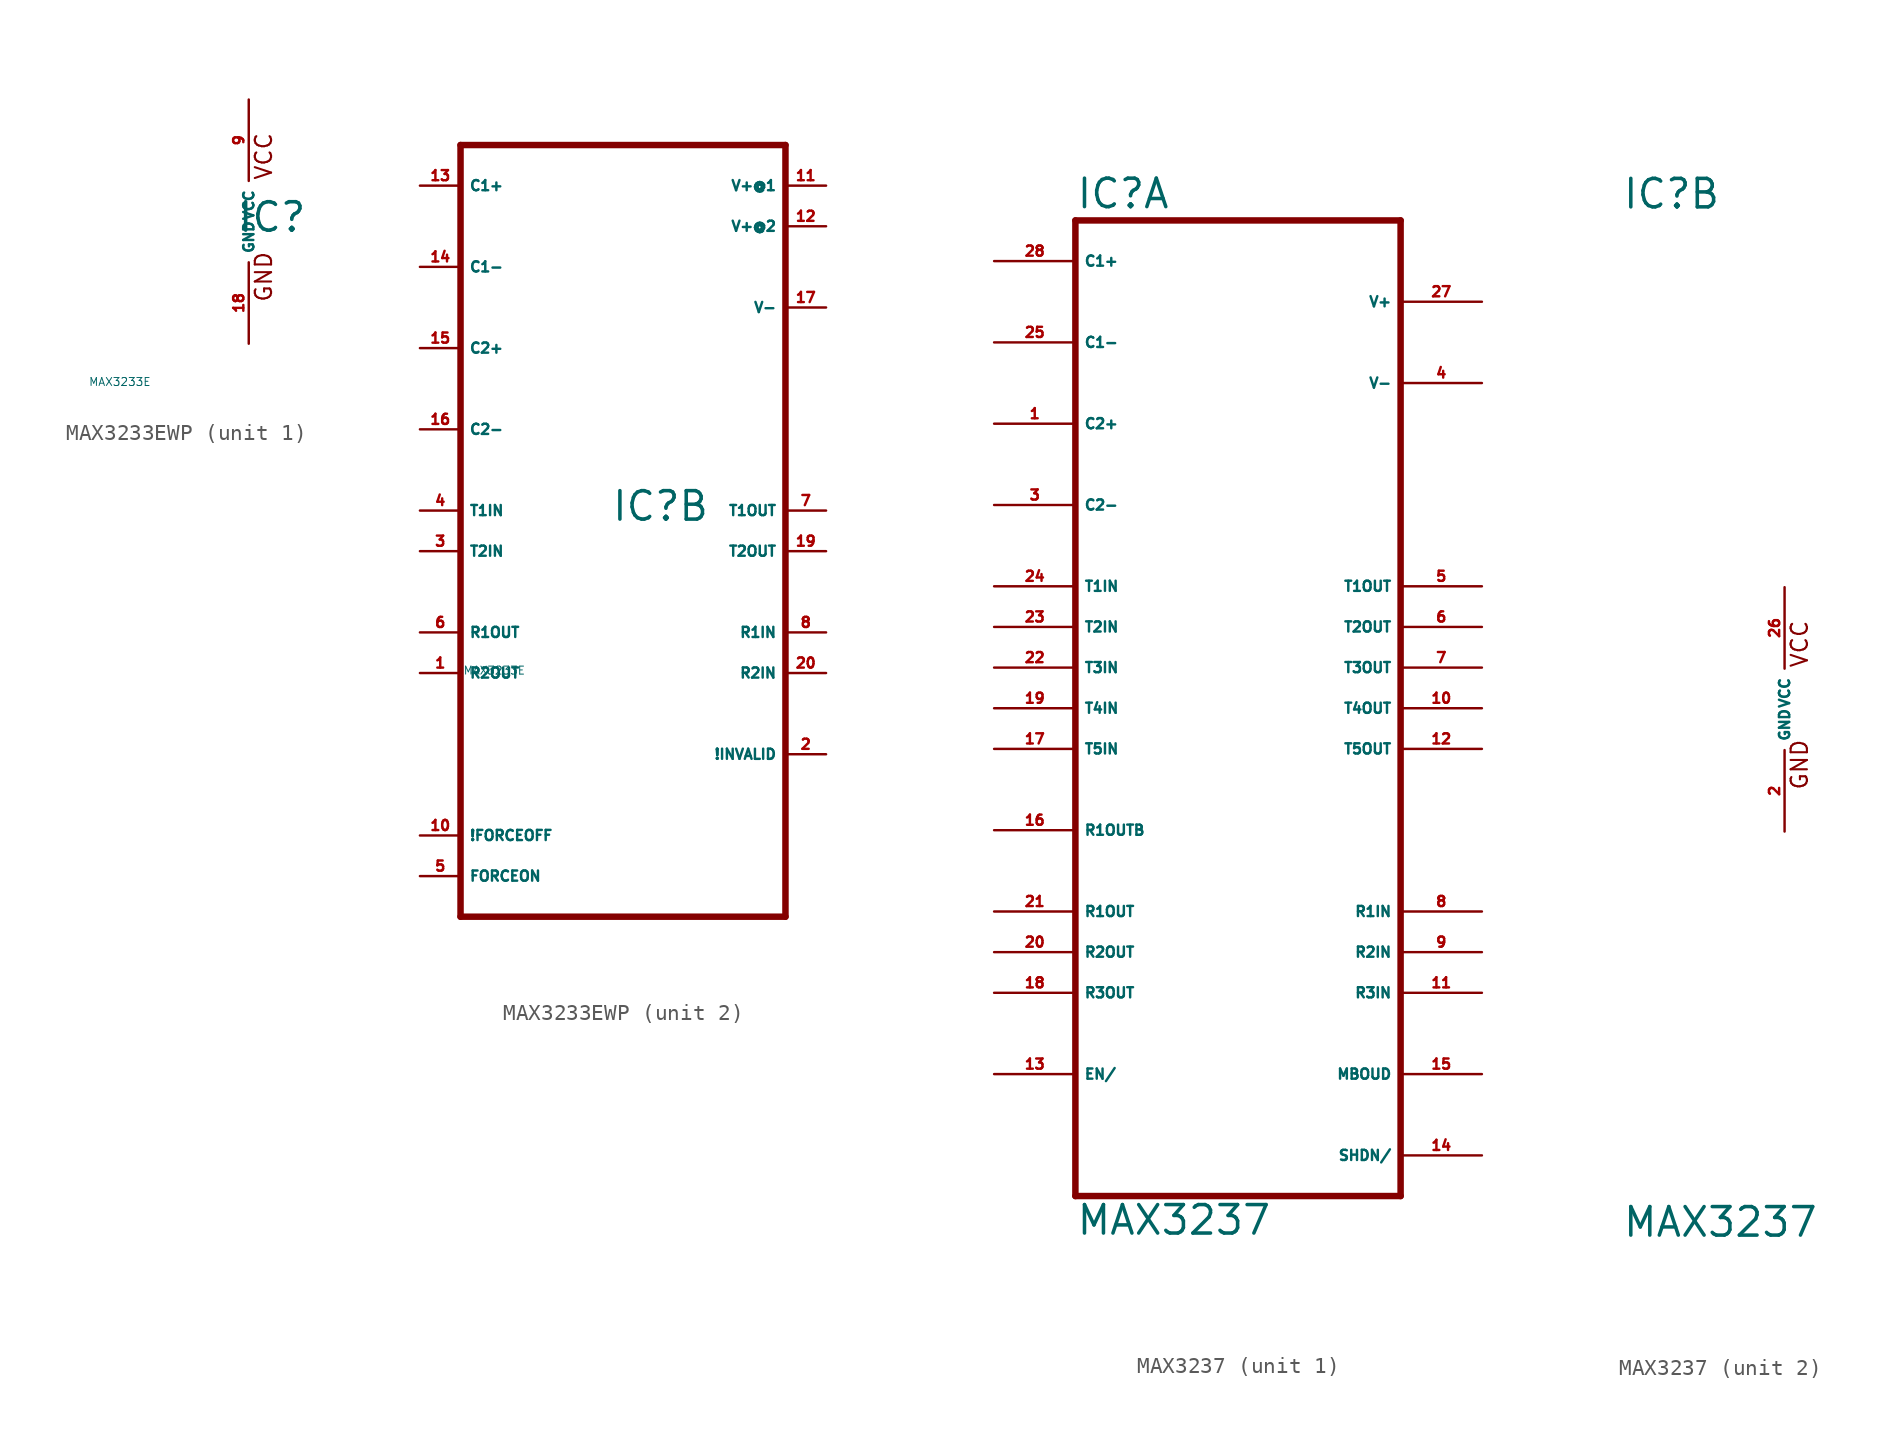
<source format=kicad_sym>
(kicad_symbol_lib
  (version 20220914)
  (generator Eagle2Kicad)
  (symbol "MAX3233EWP"
    (property "Reference" "IC"
      (at -0.762 -0.762 0)
      (effects (font (size 1.778 1.778) (thickness 0.22)) (justify left bottom)))
    (property "Value" "MAX3233E"
      (at -10 -10 0)
      (effects (font (size 0.5 0.5) (thickness 0.06)) (justify left)))
    (symbol "MAX3233EWP_1_0"
      (text "GND" (at 1.524 -5.08 900) (effects (font (size 1.016 1.016) (thickness 0.13)) (justify left bottom)))
      (text "VCC" (at 1.524 2.54 900) (effects (font (size 1.016 1.016) (thickness 0.13)) (justify left bottom)))
      (pin unspecified line (at 0 7.62 270) (length 5.08) (name "VCC" (effects (font (size 0.635 0.635) (thickness 0.08)) (justify left bottom))) (number "9" (effects (font (size 0.635 0.635) (thickness 0.08)) (justify left bottom))))
      (pin unspecified line (at 0 -7.62 90) (length 5.08) (name "GND" (effects (font (size 0.635 0.635) (thickness 0.08)) (justify left bottom))) (number "18" (effects (font (size 0.635 0.635) (thickness 0.08)) (justify left bottom)))))
    (symbol "MAX3233EWP_2_0"
      (polyline (pts (xy -10.16 22.86) (xy 10.16 22.86)) (stroke (width 0.406) (type default)) (fill (type none)))
      (polyline (pts (xy 10.16 -25.4) (xy 10.16 22.86)) (stroke (width 0.406) (type default)) (fill (type none)))
      (polyline (pts (xy 10.16 -25.4) (xy -10.16 -25.4)) (stroke (width 0.406) (type default)) (fill (type none)))
      (polyline (pts (xy -10.16 22.86) (xy -10.16 -25.4)) (stroke (width 0.406) (type default)) (fill (type none)))
      (pin passive line (at -12.7 20.32 0) (length 2.54) (name "C1+" (effects (font (size 0.635 0.635) (thickness 0.08)) (justify left bottom))) (number "13" (effects (font (size 0.635 0.635) (thickness 0.08)) (justify left bottom))))
      (pin passive line (at -12.7 15.24 0) (length 2.54) (name "C1-" (effects (font (size 0.635 0.635) (thickness 0.08)) (justify left bottom))) (number "14" (effects (font (size 0.635 0.635) (thickness 0.08)) (justify left bottom))))
      (pin passive line (at -12.7 10.16 0) (length 2.54) (name "C2+" (effects (font (size 0.635 0.635) (thickness 0.08)) (justify left bottom))) (number "15" (effects (font (size 0.635 0.635) (thickness 0.08)) (justify left bottom))))
      (pin passive line (at -12.7 5.08 0) (length 2.54) (name "C2-" (effects (font (size 0.635 0.635) (thickness 0.08)) (justify left bottom))) (number "16" (effects (font (size 0.635 0.635) (thickness 0.08)) (justify left bottom))))
      (pin input line (at -12.7 0 0) (length 2.54) (name "T1IN" (effects (font (size 0.635 0.635) (thickness 0.08)) (justify left bottom))) (number "4" (effects (font (size 0.635 0.635) (thickness 0.08)) (justify left bottom))))
      (pin input line (at -12.7 -2.54 0) (length 2.54) (name "T2IN" (effects (font (size 0.635 0.635) (thickness 0.08)) (justify left bottom))) (number "3" (effects (font (size 0.635 0.635) (thickness 0.08)) (justify left bottom))))
      (pin output line (at -12.7 -7.62 0) (length 2.54) (name "R1OUT" (effects (font (size 0.635 0.635) (thickness 0.08)) (justify left bottom))) (number "6" (effects (font (size 0.635 0.635) (thickness 0.08)) (justify left bottom))))
      (pin output line (at -12.7 -10.16 0) (length 2.54) (name "R2OUT" (effects (font (size 0.635 0.635) (thickness 0.08)) (justify left bottom))) (number "1" (effects (font (size 0.635 0.635) (thickness 0.08)) (justify left bottom))))
      (pin passive line (at 12.7 17.78 180) (length 2.54) (name "V+@2" (effects (font (size 0.635 0.635) (thickness 0.08)) (justify left bottom))) (number "12" (effects (font (size 0.635 0.635) (thickness 0.08)) (justify left bottom))))
      (pin passive line (at 12.7 12.7 180) (length 2.54) (name "V-" (effects (font (size 0.635 0.635) (thickness 0.08)) (justify left bottom))) (number "17" (effects (font (size 0.635 0.635) (thickness 0.08)) (justify left bottom))))
      (pin output line (at 12.7 0 180) (length 2.54) (name "T1OUT" (effects (font (size 0.635 0.635) (thickness 0.08)) (justify left bottom))) (number "7" (effects (font (size 0.635 0.635) (thickness 0.08)) (justify left bottom))))
      (pin output line (at 12.7 -2.54 180) (length 2.54) (name "T2OUT" (effects (font (size 0.635 0.635) (thickness 0.08)) (justify left bottom))) (number "19" (effects (font (size 0.635 0.635) (thickness 0.08)) (justify left bottom))))
      (pin input line (at 12.7 -7.62 180) (length 2.54) (name "R1IN" (effects (font (size 0.635 0.635) (thickness 0.08)) (justify left bottom))) (number "8" (effects (font (size 0.635 0.635) (thickness 0.08)) (justify left bottom))))
      (pin input line (at 12.7 -10.16 180) (length 2.54) (name "R2IN" (effects (font (size 0.635 0.635) (thickness 0.08)) (justify left bottom))) (number "20" (effects (font (size 0.635 0.635) (thickness 0.08)) (justify left bottom))))
      (pin output line (at 12.7 -15.24 180) (length 2.54) (name "!INVALID" (effects (font (size 0.635 0.635) (thickness 0.08)) (justify left bottom))) (number "2" (effects (font (size 0.635 0.635) (thickness 0.08)) (justify left bottom))))
      (pin input line (at -12.7 -20.32 0) (length 2.54) (name "!FORCEOFF" (effects (font (size 0.635 0.635) (thickness 0.08)) (justify left bottom))) (number "10" (effects (font (size 0.635 0.635) (thickness 0.08)) (justify left bottom))))
      (pin input line (at -12.7 -22.86 0) (length 2.54) (name "FORCEON" (effects (font (size 0.635 0.635) (thickness 0.08)) (justify left bottom))) (number "5" (effects (font (size 0.635 0.635) (thickness 0.08)) (justify left bottom))))
      (pin passive line (at 12.7 20.32 180) (length 2.54) (name "V+@1" (effects (font (size 0.635 0.635) (thickness 0.08)) (justify left bottom))) (number "11" (effects (font (size 0.635 0.635) (thickness 0.08)) (justify left bottom))))))
  (symbol "MAX3237"
    (property "Reference" "IC"
      (at -10.16 31.115 0)
      (effects (font (size 1.778 1.778) (thickness 0.22)) (justify left bottom)))
    (property "Value" "MAX3237"
      (at -10.16 -33.02 0)
      (effects (font (size 1.778 1.778) (thickness 0.22)) (justify left bottom)))
    (symbol "MAX3237_1_0"
      (polyline (pts (xy -10.16 30.48) (xy 10.16 30.48)) (stroke (width 0.406) (type default)) (fill (type none)))
      (polyline (pts (xy 10.16 -30.48) (xy 10.16 30.48)) (stroke (width 0.406) (type default)) (fill (type none)))
      (polyline (pts (xy 10.16 -30.48) (xy -10.16 -30.48)) (stroke (width 0.406) (type default)) (fill (type none)))
      (polyline (pts (xy -10.16 30.48) (xy -10.16 -30.48)) (stroke (width 0.406) (type default)) (fill (type none)))
      (pin passive line (at -15.24 27.94 0) (length 5.08) (name "C1+" (effects (font (size 0.635 0.635) (thickness 0.08)) (justify left bottom))) (number "28" (effects (font (size 0.635 0.635) (thickness 0.08)) (justify left bottom))))
      (pin passive line (at -15.24 22.86 0) (length 5.08) (name "C1-" (effects (font (size 0.635 0.635) (thickness 0.08)) (justify left bottom))) (number "25" (effects (font (size 0.635 0.635) (thickness 0.08)) (justify left bottom))))
      (pin passive line (at -15.24 17.78 0) (length 5.08) (name "C2+" (effects (font (size 0.635 0.635) (thickness 0.08)) (justify left bottom))) (number "1" (effects (font (size 0.635 0.635) (thickness 0.08)) (justify left bottom))))
      (pin passive line (at -15.24 12.7 0) (length 5.08) (name "C2-" (effects (font (size 0.635 0.635) (thickness 0.08)) (justify left bottom))) (number "3" (effects (font (size 0.635 0.635) (thickness 0.08)) (justify left bottom))))
      (pin input line (at -15.24 7.62 0) (length 5.08) (name "T1IN" (effects (font (size 0.635 0.635) (thickness 0.08)) (justify left bottom))) (number "24" (effects (font (size 0.635 0.635) (thickness 0.08)) (justify left bottom))))
      (pin input line (at -15.24 5.08 0) (length 5.08) (name "T2IN" (effects (font (size 0.635 0.635) (thickness 0.08)) (justify left bottom))) (number "23" (effects (font (size 0.635 0.635) (thickness 0.08)) (justify left bottom))))
      (pin output line (at -15.24 -12.7 0) (length 5.08) (name "R1OUT" (effects (font (size 0.635 0.635) (thickness 0.08)) (justify left bottom))) (number "21" (effects (font (size 0.635 0.635) (thickness 0.08)) (justify left bottom))))
      (pin output line (at -15.24 -15.24 0) (length 5.08) (name "R2OUT" (effects (font (size 0.635 0.635) (thickness 0.08)) (justify left bottom))) (number "20" (effects (font (size 0.635 0.635) (thickness 0.08)) (justify left bottom))))
      (pin passive line (at 15.24 25.4 180) (length 5.08) (name "V+" (effects (font (size 0.635 0.635) (thickness 0.08)) (justify left bottom))) (number "27" (effects (font (size 0.635 0.635) (thickness 0.08)) (justify left bottom))))
      (pin passive line (at 15.24 20.32 180) (length 5.08) (name "V-" (effects (font (size 0.635 0.635) (thickness 0.08)) (justify left bottom))) (number "4" (effects (font (size 0.635 0.635) (thickness 0.08)) (justify left bottom))))
      (pin output line (at 15.24 7.62 180) (length 5.08) (name "T1OUT" (effects (font (size 0.635 0.635) (thickness 0.08)) (justify left bottom))) (number "5" (effects (font (size 0.635 0.635) (thickness 0.08)) (justify left bottom))))
      (pin output line (at 15.24 5.08 180) (length 5.08) (name "T2OUT" (effects (font (size 0.635 0.635) (thickness 0.08)) (justify left bottom))) (number "6" (effects (font (size 0.635 0.635) (thickness 0.08)) (justify left bottom))))
      (pin input line (at 15.24 -12.7 180) (length 5.08) (name "R1IN" (effects (font (size 0.635 0.635) (thickness 0.08)) (justify left bottom))) (number "8" (effects (font (size 0.635 0.635) (thickness 0.08)) (justify left bottom))))
      (pin input line (at 15.24 -15.24 180) (length 5.08) (name "R2IN" (effects (font (size 0.635 0.635) (thickness 0.08)) (justify left bottom))) (number "9" (effects (font (size 0.635 0.635) (thickness 0.08)) (justify left bottom))))
      (pin input line (at -15.24 2.54 0) (length 5.08) (name "T3IN" (effects (font (size 0.635 0.635) (thickness 0.08)) (justify left bottom))) (number "22" (effects (font (size 0.635 0.635) (thickness 0.08)) (justify left bottom))))
      (pin input line (at -15.24 0 0) (length 5.08) (name "T4IN" (effects (font (size 0.635 0.635) (thickness 0.08)) (justify left bottom))) (number "19" (effects (font (size 0.635 0.635) (thickness 0.08)) (justify left bottom))))
      (pin input line (at -15.24 -2.54 0) (length 5.08) (name "T5IN" (effects (font (size 0.635 0.635) (thickness 0.08)) (justify left bottom))) (number "17" (effects (font (size 0.635 0.635) (thickness 0.08)) (justify left bottom))))
      (pin output line (at 15.24 2.54 180) (length 5.08) (name "T3OUT" (effects (font (size 0.635 0.635) (thickness 0.08)) (justify left bottom))) (number "7" (effects (font (size 0.635 0.635) (thickness 0.08)) (justify left bottom))))
      (pin output line (at 15.24 0 180) (length 5.08) (name "T4OUT" (effects (font (size 0.635 0.635) (thickness 0.08)) (justify left bottom))) (number "10" (effects (font (size 0.635 0.635) (thickness 0.08)) (justify left bottom))))
      (pin output line (at 15.24 -2.54 180) (length 5.08) (name "T5OUT" (effects (font (size 0.635 0.635) (thickness 0.08)) (justify left bottom))) (number "12" (effects (font (size 0.635 0.635) (thickness 0.08)) (justify left bottom))))
      (pin output line (at -15.24 -7.62 0) (length 5.08) (name "R1OUTB" (effects (font (size 0.635 0.635) (thickness 0.08)) (justify left bottom))) (number "16" (effects (font (size 0.635 0.635) (thickness 0.08)) (justify left bottom))))
      (pin output line (at -15.24 -17.78 0) (length 5.08) (name "R3OUT" (effects (font (size 0.635 0.635) (thickness 0.08)) (justify left bottom))) (number "18" (effects (font (size 0.635 0.635) (thickness 0.08)) (justify left bottom))))
      (pin input line (at 15.24 -17.78 180) (length 5.08) (name "R3IN" (effects (font (size 0.635 0.635) (thickness 0.08)) (justify left bottom))) (number "11" (effects (font (size 0.635 0.635) (thickness 0.08)) (justify left bottom))))
      (pin input line (at 15.24 -22.86 180) (length 5.08) (name "MBOUD" (effects (font (size 0.635 0.635) (thickness 0.08)) (justify left bottom))) (number "15" (effects (font (size 0.635 0.635) (thickness 0.08)) (justify left bottom))))
      (pin input line (at 15.24 -27.94 180) (length 5.08) (name "SHDN/" (effects (font (size 0.635 0.635) (thickness 0.08)) (justify left bottom))) (number "14" (effects (font (size 0.635 0.635) (thickness 0.08)) (justify left bottom))))
      (pin input line (at -15.24 -22.86 0) (length 5.08) (name "EN/" (effects (font (size 0.635 0.635) (thickness 0.08)) (justify left bottom))) (number "13" (effects (font (size 0.635 0.635) (thickness 0.08)) (justify left bottom)))))
    (symbol "MAX3237_2_0"
      (text "GND" (at 1.524 -5.08 900) (effects (font (size 1.016 1.016) (thickness 0.13)) (justify left bottom)))
      (text "VCC" (at 1.524 2.54 900) (effects (font (size 1.016 1.016) (thickness 0.13)) (justify left bottom)))
      (pin unspecified line (at 0 7.62 270) (length 5.08) (name "VCC" (effects (font (size 0.635 0.635) (thickness 0.08)) (justify left bottom))) (number "26" (effects (font (size 0.635 0.635) (thickness 0.08)) (justify left bottom))))
      (pin unspecified line (at 0 -7.62 90) (length 5.08) (name "GND" (effects (font (size 0.635 0.635) (thickness 0.08)) (justify left bottom))) (number "2" (effects (font (size 0.635 0.635) (thickness 0.08)) (justify left bottom)))))))
</source>
